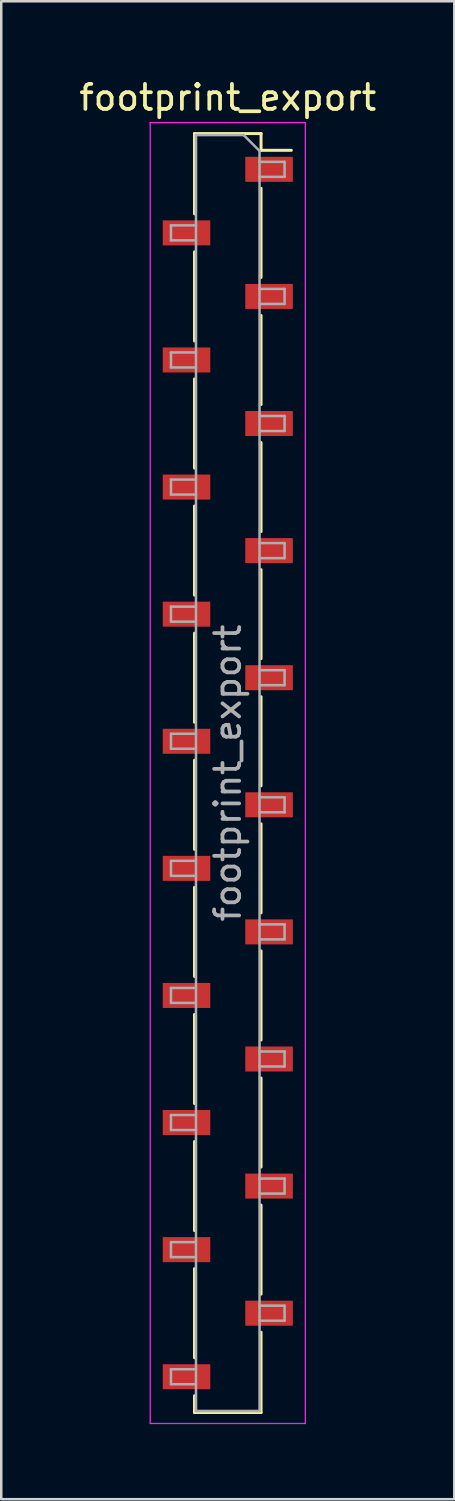
<source format=kicad_pcb>
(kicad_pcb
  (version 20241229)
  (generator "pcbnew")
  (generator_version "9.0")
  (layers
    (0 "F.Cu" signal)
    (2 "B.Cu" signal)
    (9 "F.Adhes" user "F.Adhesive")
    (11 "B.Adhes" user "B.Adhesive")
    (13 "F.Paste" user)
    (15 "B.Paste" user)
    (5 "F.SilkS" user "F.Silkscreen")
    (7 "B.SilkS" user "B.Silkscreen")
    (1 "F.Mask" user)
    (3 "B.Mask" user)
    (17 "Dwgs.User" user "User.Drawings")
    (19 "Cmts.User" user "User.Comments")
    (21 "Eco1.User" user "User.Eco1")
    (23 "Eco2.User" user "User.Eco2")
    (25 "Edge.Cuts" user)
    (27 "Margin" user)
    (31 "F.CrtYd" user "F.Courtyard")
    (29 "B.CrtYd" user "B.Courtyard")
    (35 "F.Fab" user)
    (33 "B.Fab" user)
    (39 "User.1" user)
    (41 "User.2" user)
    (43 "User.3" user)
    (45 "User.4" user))
  (footprint "footprint_export"
    (layer "F.Cu")
    (at 6.054 27.848)
    (property "Reference" "footprint_export" (at 0 -27 0) (layer "F.SilkS") (effects (font (size 1 1) (thickness 0.15))))
    (attr smd)
    (fp_line (start -1.33 -25.56) (end -1.33 -22.35) (stroke (width 0.12) (type solid)) (layer "F.SilkS"))
    (fp_line (start -1.33 -25.56) (end 1.33 -25.56) (stroke (width 0.12) (type solid)) (layer "F.SilkS"))
    (fp_line (start -1.33 -20.83) (end -1.33 -17.27) (stroke (width 0.12) (type solid)) (layer "F.SilkS"))
    (fp_line (start -1.33 -15.75) (end -1.33 -12.19) (stroke (width 0.12) (type solid)) (layer "F.SilkS"))
    (fp_line (start -1.33 -10.67) (end -1.33 -7.11) (stroke (width 0.12) (type solid)) (layer "F.SilkS"))
    (fp_line (start -1.33 -5.59) (end -1.33 -2.03) (stroke (width 0.12) (type solid)) (layer "F.SilkS"))
    (fp_line (start -1.33 -0.51) (end -1.33 3.05) (stroke (width 0.12) (type solid)) (layer "F.SilkS"))
    (fp_line (start -1.33 4.57) (end -1.33 8.13) (stroke (width 0.12) (type solid)) (layer "F.SilkS"))
    (fp_line (start -1.33 9.65) (end -1.33 13.21) (stroke (width 0.12) (type solid)) (layer "F.SilkS"))
    (fp_line (start -1.33 14.73) (end -1.33 18.29) (stroke (width 0.12) (type solid)) (layer "F.SilkS"))
    (fp_line (start -1.33 19.81) (end -1.33 23.37) (stroke (width 0.12) (type solid)) (layer "F.SilkS"))
    (fp_line (start -1.33 24.89) (end -1.33 25.56) (stroke (width 0.12) (type solid)) (layer "F.SilkS"))
    (fp_line (start -1.33 25.56) (end 1.33 25.56) (stroke (width 0.12) (type solid)) (layer "F.SilkS"))
    (fp_line (start 1.33 -25.56) (end 1.33 -24.89) (stroke (width 0.12) (type solid)) (layer "F.SilkS"))
    (fp_line (start 1.33 -24.89) (end 2.54 -24.89) (stroke (width 0.12) (type solid)) (layer "F.SilkS"))
    (fp_line (start 1.33 -23.37) (end 1.33 -19.81) (stroke (width 0.12) (type solid)) (layer "F.SilkS"))
    (fp_line (start 1.33 -18.29) (end 1.33 -14.73) (stroke (width 0.12) (type solid)) (layer "F.SilkS"))
    (fp_line (start 1.33 -13.21) (end 1.33 -9.65) (stroke (width 0.12) (type solid)) (layer "F.SilkS"))
    (fp_line (start 1.33 -8.13) (end 1.33 -4.57) (stroke (width 0.12) (type solid)) (layer "F.SilkS"))
    (fp_line (start 1.33 -3.05) (end 1.33 0.51) (stroke (width 0.12) (type solid)) (layer "F.SilkS"))
    (fp_line (start 1.33 2.03) (end 1.33 5.59) (stroke (width 0.12) (type solid)) (layer "F.SilkS"))
    (fp_line (start 1.33 7.11) (end 1.33 10.67) (stroke (width 0.12) (type solid)) (layer "F.SilkS"))
    (fp_line (start 1.33 12.19) (end 1.33 15.75) (stroke (width 0.12) (type solid)) (layer "F.SilkS"))
    (fp_line (start 1.33 17.27) (end 1.33 20.83) (stroke (width 0.12) (type solid)) (layer "F.SilkS"))
    (fp_line (start 1.33 22.35) (end 1.33 25.56) (stroke (width 0.12) (type solid)) (layer "F.SilkS"))
    (fp_line (start -3.1 -26) (end 3.1 -26) (stroke (width 0.05) (type solid)) (layer "F.CrtYd"))
    (fp_line (start -3.1 26) (end -3.1 -26) (stroke (width 0.05) (type solid)) (layer "F.CrtYd"))
    (fp_line (start 3.1 -26) (end 3.1 26) (stroke (width 0.05) (type solid)) (layer "F.CrtYd"))
    (fp_line (start 3.1 26) (end -3.1 26) (stroke (width 0.05) (type solid)) (layer "F.CrtYd"))
    (fp_line (start -2.27 -21.89) (end -1.27 -21.89) (stroke (width 0.1) (type solid)) (layer "F.Fab"))
    (fp_line (start -2.27 -21.29) (end -2.27 -21.89) (stroke (width 0.1) (type solid)) (layer "F.Fab"))
    (fp_line (start -2.27 -16.81) (end -1.27 -16.81) (stroke (width 0.1) (type solid)) (layer "F.Fab"))
    (fp_line (start -2.27 -16.21) (end -2.27 -16.81) (stroke (width 0.1) (type solid)) (layer "F.Fab"))
    (fp_line (start -2.27 -11.73) (end -1.27 -11.73) (stroke (width 0.1) (type solid)) (layer "F.Fab"))
    (fp_line (start -2.27 -11.13) (end -2.27 -11.73) (stroke (width 0.1) (type solid)) (layer "F.Fab"))
    (fp_line (start -2.27 -6.65) (end -1.27 -6.65) (stroke (width 0.1) (type solid)) (layer "F.Fab"))
    (fp_line (start -2.27 -6.05) (end -2.27 -6.65) (stroke (width 0.1) (type solid)) (layer "F.Fab"))
    (fp_line (start -2.27 -1.57) (end -1.27 -1.57) (stroke (width 0.1) (type solid)) (layer "F.Fab"))
    (fp_line (start -2.27 -0.97) (end -2.27 -1.57) (stroke (width 0.1) (type solid)) (layer "F.Fab"))
    (fp_line (start -2.27 3.51) (end -1.27 3.51) (stroke (width 0.1) (type solid)) (layer "F.Fab"))
    (fp_line (start -2.27 4.11) (end -2.27 3.51) (stroke (width 0.1) (type solid)) (layer "F.Fab"))
    (fp_line (start -2.27 8.59) (end -1.27 8.59) (stroke (width 0.1) (type solid)) (layer "F.Fab"))
    (fp_line (start -2.27 9.19) (end -2.27 8.59) (stroke (width 0.1) (type solid)) (layer "F.Fab"))
    (fp_line (start -2.27 13.67) (end -1.27 13.67) (stroke (width 0.1) (type solid)) (layer "F.Fab"))
    (fp_line (start -2.27 14.27) (end -2.27 13.67) (stroke (width 0.1) (type solid)) (layer "F.Fab"))
    (fp_line (start -2.27 18.75) (end -1.27 18.75) (stroke (width 0.1) (type solid)) (layer "F.Fab"))
    (fp_line (start -2.27 19.35) (end -2.27 18.75) (stroke (width 0.1) (type solid)) (layer "F.Fab"))
    (fp_line (start -2.27 23.83) (end -1.27 23.83) (stroke (width 0.1) (type solid)) (layer "F.Fab"))
    (fp_line (start -2.27 24.43) (end -2.27 23.83) (stroke (width 0.1) (type solid)) (layer "F.Fab"))
    (fp_line (start -1.27 -25.5) (end 0.635 -25.5) (stroke (width 0.1) (type solid)) (layer "F.Fab"))
    (fp_line (start -1.27 -21.29) (end -2.27 -21.29) (stroke (width 0.1) (type solid)) (layer "F.Fab"))
    (fp_line (start -1.27 -16.21) (end -2.27 -16.21) (stroke (width 0.1) (type solid)) (layer "F.Fab"))
    (fp_line (start -1.27 -11.13) (end -2.27 -11.13) (stroke (width 0.1) (type solid)) (layer "F.Fab"))
    (fp_line (start -1.27 -6.05) (end -2.27 -6.05) (stroke (width 0.1) (type solid)) (layer "F.Fab"))
    (fp_line (start -1.27 -0.97) (end -2.27 -0.97) (stroke (width 0.1) (type solid)) (layer "F.Fab"))
    (fp_line (start -1.27 4.11) (end -2.27 4.11) (stroke (width 0.1) (type solid)) (layer "F.Fab"))
    (fp_line (start -1.27 9.19) (end -2.27 9.19) (stroke (width 0.1) (type solid)) (layer "F.Fab"))
    (fp_line (start -1.27 14.27) (end -2.27 14.27) (stroke (width 0.1) (type solid)) (layer "F.Fab"))
    (fp_line (start -1.27 19.35) (end -2.27 19.35) (stroke (width 0.1) (type solid)) (layer "F.Fab"))
    (fp_line (start -1.27 24.43) (end -2.27 24.43) (stroke (width 0.1) (type solid)) (layer "F.Fab"))
    (fp_line (start -1.27 25.5) (end -1.27 -25.5) (stroke (width 0.1) (type solid)) (layer "F.Fab"))
    (fp_line (start 0.635 -25.5) (end 1.27 -24.865) (stroke (width 0.1) (type solid)) (layer "F.Fab"))
    (fp_line (start 1.27 -24.865) (end 1.27 25.5) (stroke (width 0.1) (type solid)) (layer "F.Fab"))
    (fp_line (start 1.27 -24.43) (end 2.27 -24.43) (stroke (width 0.1) (type solid)) (layer "F.Fab"))
    (fp_line (start 1.27 -19.35) (end 2.27 -19.35) (stroke (width 0.1) (type solid)) (layer "F.Fab"))
    (fp_line (start 1.27 -14.27) (end 2.27 -14.27) (stroke (width 0.1) (type solid)) (layer "F.Fab"))
    (fp_line (start 1.27 -9.19) (end 2.27 -9.19) (stroke (width 0.1) (type solid)) (layer "F.Fab"))
    (fp_line (start 1.27 -4.11) (end 2.27 -4.11) (stroke (width 0.1) (type solid)) (layer "F.Fab"))
    (fp_line (start 1.27 0.97) (end 2.27 0.97) (stroke (width 0.1) (type solid)) (layer "F.Fab"))
    (fp_line (start 1.27 6.05) (end 2.27 6.05) (stroke (width 0.1) (type solid)) (layer "F.Fab"))
    (fp_line (start 1.27 11.13) (end 2.27 11.13) (stroke (width 0.1) (type solid)) (layer "F.Fab"))
    (fp_line (start 1.27 16.21) (end 2.27 16.21) (stroke (width 0.1) (type solid)) (layer "F.Fab"))
    (fp_line (start 1.27 21.29) (end 2.27 21.29) (stroke (width 0.1) (type solid)) (layer "F.Fab"))
    (fp_line (start 1.27 25.5) (end -1.27 25.5) (stroke (width 0.1) (type solid)) (layer "F.Fab"))
    (fp_line (start 2.27 -24.43) (end 2.27 -23.83) (stroke (width 0.1) (type solid)) (layer "F.Fab"))
    (fp_line (start 2.27 -23.83) (end 1.27 -23.83) (stroke (width 0.1) (type solid)) (layer "F.Fab"))
    (fp_line (start 2.27 -19.35) (end 2.27 -18.75) (stroke (width 0.1) (type solid)) (layer "F.Fab"))
    (fp_line (start 2.27 -18.75) (end 1.27 -18.75) (stroke (width 0.1) (type solid)) (layer "F.Fab"))
    (fp_line (start 2.27 -14.27) (end 2.27 -13.67) (stroke (width 0.1) (type solid)) (layer "F.Fab"))
    (fp_line (start 2.27 -13.67) (end 1.27 -13.67) (stroke (width 0.1) (type solid)) (layer "F.Fab"))
    (fp_line (start 2.27 -9.19) (end 2.27 -8.59) (stroke (width 0.1) (type solid)) (layer "F.Fab"))
    (fp_line (start 2.27 -8.59) (end 1.27 -8.59) (stroke (width 0.1) (type solid)) (layer "F.Fab"))
    (fp_line (start 2.27 -4.11) (end 2.27 -3.51) (stroke (width 0.1) (type solid)) (layer "F.Fab"))
    (fp_line (start 2.27 -3.51) (end 1.27 -3.51) (stroke (width 0.1) (type solid)) (layer "F.Fab"))
    (fp_line (start 2.27 0.97) (end 2.27 1.57) (stroke (width 0.1) (type solid)) (layer "F.Fab"))
    (fp_line (start 2.27 1.57) (end 1.27 1.57) (stroke (width 0.1) (type solid)) (layer "F.Fab"))
    (fp_line (start 2.27 6.05) (end 2.27 6.65) (stroke (width 0.1) (type solid)) (layer "F.Fab"))
    (fp_line (start 2.27 6.65) (end 1.27 6.65) (stroke (width 0.1) (type solid)) (layer "F.Fab"))
    (fp_line (start 2.27 11.13) (end 2.27 11.73) (stroke (width 0.1) (type solid)) (layer "F.Fab"))
    (fp_line (start 2.27 11.73) (end 1.27 11.73) (stroke (width 0.1) (type solid)) (layer "F.Fab"))
    (fp_line (start 2.27 16.21) (end 2.27 16.81) (stroke (width 0.1) (type solid)) (layer "F.Fab"))
    (fp_line (start 2.27 16.81) (end 1.27 16.81) (stroke (width 0.1) (type solid)) (layer "F.Fab"))
    (fp_line (start 2.27 21.29) (end 2.27 21.89) (stroke (width 0.1) (type solid)) (layer "F.Fab"))
    (fp_line (start 2.27 21.89) (end 1.27 21.89) (stroke (width 0.1) (type solid)) (layer "F.Fab"))
    (fp_text user "${REFERENCE}" (at 0 0 90) (layer "F.Fab") (effects (font (size 1 1) (thickness 0.15))))
    (pad "1" smd rect (at 1.65 -24.13) (size 1.9 1) (layers "F.Cu" "F.Mask" "F.Paste"))
    (pad "2" smd rect (at -1.65 -21.59) (size 1.9 1) (layers "F.Cu" "F.Mask" "F.Paste"))
    (pad "3" smd rect (at 1.65 -19.05) (size 1.9 1) (layers "F.Cu" "F.Mask" "F.Paste"))
    (pad "4" smd rect (at -1.65 -16.51) (size 1.9 1) (layers "F.Cu" "F.Mask" "F.Paste"))
    (pad "5" smd rect (at 1.65 -13.97) (size 1.9 1) (layers "F.Cu" "F.Mask" "F.Paste"))
    (pad "6" smd rect (at -1.65 -11.43) (size 1.9 1) (layers "F.Cu" "F.Mask" "F.Paste"))
    (pad "7" smd rect (at 1.65 -8.89) (size 1.9 1) (layers "F.Cu" "F.Mask" "F.Paste"))
    (pad "8" smd rect (at -1.65 -6.35) (size 1.9 1) (layers "F.Cu" "F.Mask" "F.Paste"))
    (pad "9" smd rect (at 1.65 -3.81) (size 1.9 1) (layers "F.Cu" "F.Mask" "F.Paste"))
    (pad "10" smd rect (at -1.65 -1.27) (size 1.9 1) (layers "F.Cu" "F.Mask" "F.Paste"))
    (pad "11" smd rect (at 1.65 1.27) (size 1.9 1) (layers "F.Cu" "F.Mask" "F.Paste"))
    (pad "12" smd rect (at -1.65 3.81) (size 1.9 1) (layers "F.Cu" "F.Mask" "F.Paste"))
    (pad "13" smd rect (at 1.65 6.35) (size 1.9 1) (layers "F.Cu" "F.Mask" "F.Paste"))
    (pad "14" smd rect (at -1.65 8.89) (size 1.9 1) (layers "F.Cu" "F.Mask" "F.Paste"))
    (pad "15" smd rect (at 1.65 11.43) (size 1.9 1) (layers "F.Cu" "F.Mask" "F.Paste"))
    (pad "16" smd rect (at -1.65 13.97) (size 1.9 1) (layers "F.Cu" "F.Mask" "F.Paste"))
    (pad "17" smd rect (at 1.65 16.51) (size 1.9 1) (layers "F.Cu" "F.Mask" "F.Paste"))
    (pad "18" smd rect (at -1.65 19.05) (size 1.9 1) (layers "F.Cu" "F.Mask" "F.Paste"))
    (pad "19" smd rect (at 1.65 21.59) (size 1.9 1) (layers "F.Cu" "F.Mask" "F.Paste"))
    (pad "20" smd rect (at -1.65 24.13) (size 1.9 1) (layers "F.Cu" "F.Mask" "F.Paste")))
  (gr_rect
    (start -3 -3)
    (end 15.107 56.873)
    (stroke (width 0.1) (type default))
    (fill no)
    (layer "Edge.Cuts")))
</source>
